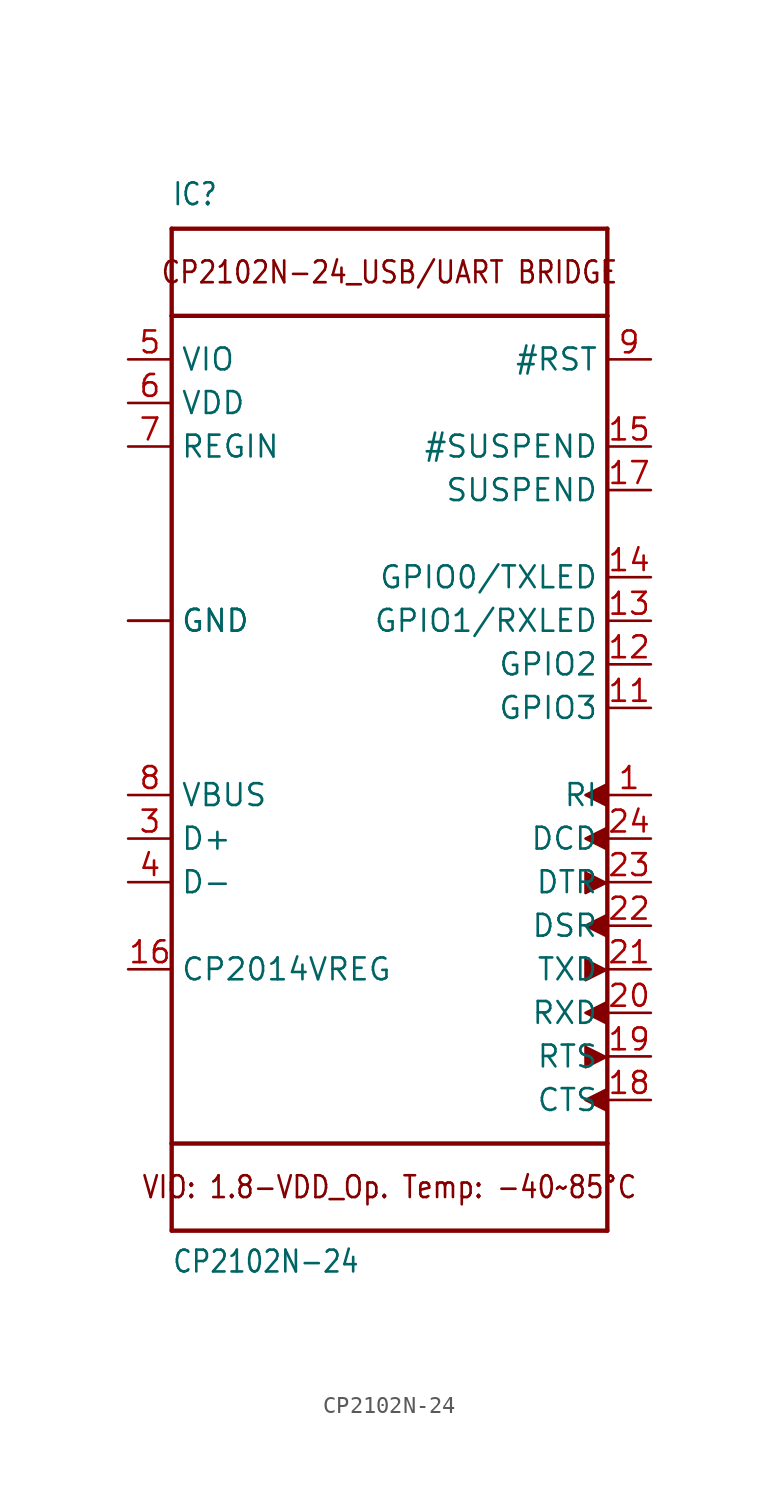
<source format=kicad_sym>
(kicad_symbol_lib
  (version 20211014)
  (generator kicad_symbol_editor)
  (symbol "CP2102N-24"
    (property "Reference" "IC"
      (at -12.7 29.21 0)
      (effects (font (size 1.27 1.079)) (justify left bottom)))
    (property "Value" "CP2102N-24"
      (at -12.7 -33.02 0)
      (effects (font (size 1.27 1.079)) (justify left bottom)))
    (property "ki_locked" ""
      (at 0 0 0)
      (effects (font (size 1.27 1.27))))
    (symbol "CP2102N-24_1_0"
      (polyline (pts (xy -12.7 -30.48) (xy 12.7 -30.48)) (stroke (width 0.254) (type default) (color 0 0 0 0)) (fill (type none)))
      (polyline (pts (xy -12.7 -25.4) (xy -12.7 -30.48)) (stroke (width 0.254) (type default) (color 0 0 0 0)) (fill (type none)))
      (polyline (pts (xy -12.7 -25.4) (xy -12.7 22.86)) (stroke (width 0.254) (type default) (color 0 0 0 0)) (fill (type none)))
      (polyline (pts (xy -12.7 22.86) (xy -12.7 27.94)) (stroke (width 0.254) (type default) (color 0 0 0 0)) (fill (type none)))
      (polyline (pts (xy -12.7 22.86) (xy 12.7 22.86)) (stroke (width 0.254) (type default) (color 0 0 0 0)) (fill (type none)))
      (polyline (pts (xy -12.7 27.94) (xy 12.7 27.94)) (stroke (width 0.254) (type default) (color 0 0 0 0)) (fill (type none)))
      (polyline (pts (xy 12.7 -30.48) (xy 12.7 -25.4)) (stroke (width 0.254) (type default) (color 0 0 0 0)) (fill (type none)))
      (polyline (pts (xy 12.7 -25.4) (xy -12.7 -25.4)) (stroke (width 0.254) (type default) (color 0 0 0 0)) (fill (type none)))
      (polyline (pts (xy 12.7 22.86) (xy 12.7 -25.4)) (stroke (width 0.254) (type default) (color 0 0 0 0)) (fill (type none)))
      (polyline (pts (xy 12.7 27.94) (xy 12.7 22.86)) (stroke (width 0.254) (type default) (color 0 0 0 0)) (fill (type none)))
      (polyline (pts (xy 11.43 -19.685) (xy 11.43 -20.955) (xy 12.7 -20.32)) (stroke (width 0) (type default) (color 0 0 0 0)) (fill (type outline)))
      (polyline (pts (xy 11.43 -14.605) (xy 11.43 -15.875) (xy 12.7 -15.24)) (stroke (width 0) (type default) (color 0 0 0 0)) (fill (type outline)))
      (polyline (pts (xy 11.43 -9.525) (xy 11.43 -10.795) (xy 12.7 -10.16)) (stroke (width 0) (type default) (color 0 0 0 0)) (fill (type outline)))
      (polyline (pts (xy 12.7 -22.225) (xy 11.43 -22.86) (xy 12.7 -23.495)) (stroke (width 0) (type default) (color 0 0 0 0)) (fill (type outline)))
      (polyline (pts (xy 12.7 -17.145) (xy 11.43 -17.78) (xy 12.7 -18.415)) (stroke (width 0) (type default) (color 0 0 0 0)) (fill (type outline)))
      (polyline (pts (xy 12.7 -12.065) (xy 11.43 -12.7) (xy 12.7 -13.335)) (stroke (width 0) (type default) (color 0 0 0 0)) (fill (type outline)))
      (polyline (pts (xy 12.7 -6.985) (xy 11.43 -7.62) (xy 12.7 -8.255)) (stroke (width 0) (type default) (color 0 0 0 0)) (fill (type outline)))
      (polyline (pts (xy 12.7 -4.445) (xy 11.43 -5.08) (xy 12.7 -5.715)) (stroke (width 0) (type default) (color 0 0 0 0)) (fill (type outline)))
      (text "CP2102N-24_USB/UART BRIDGE" (at 0 25.4 0) (effects (font (size 1.27 1.079))))
      (text "VIO: 1.8-VDD_Op. Temp: -40~85°C" (at 0 -27.94 0) (effects (font (size 1.27 1.079))))
      (pin input line (at 15.24 -5.08 180) (length 2.54) (name "RI" (effects (font (size 1.27 1.27)))) (number "1" (effects (font (size 1.27 1.27)))))
      (pin bidirectional line (at 15.24 0 180) (length 2.54) (name "GPIO3" (effects (font (size 1.27 1.27)))) (number "11" (effects (font (size 1.27 1.27)))))
      (pin bidirectional line (at 15.24 2.54 180) (length 2.54) (name "GPIO2" (effects (font (size 1.27 1.27)))) (number "12" (effects (font (size 1.27 1.27)))))
      (pin bidirectional line (at 15.24 5.08 180) (length 2.54) (name "GPIO1/RXLED" (effects (font (size 1.27 1.27)))) (number "13" (effects (font (size 1.27 1.27)))))
      (pin bidirectional line (at 15.24 7.62 180) (length 2.54) (name "GPIO0/TXLED" (effects (font (size 1.27 1.27)))) (number "14" (effects (font (size 1.27 1.27)))))
      (pin output line (at 15.24 15.24 180) (length 2.54) (name "#SUSPEND" (effects (font (size 1.27 1.27)))) (number "15" (effects (font (size 1.27 1.27)))))
      (pin passive line (at -15.24 -15.24 0) (length 2.54) (name "CP2014VREG" (effects (font (size 1.27 1.27)))) (number "16" (effects (font (size 1.27 1.27)))))
      (pin output line (at 15.24 12.7 180) (length 2.54) (name "SUSPEND" (effects (font (size 1.27 1.27)))) (number "17" (effects (font (size 1.27 1.27)))))
      (pin input line (at 15.24 -22.86 180) (length 2.54) (name "CTS" (effects (font (size 1.27 1.27)))) (number "18" (effects (font (size 1.27 1.27)))))
      (pin output line (at 15.24 -20.32 180) (length 2.54) (name "RTS" (effects (font (size 1.27 1.27)))) (number "19" (effects (font (size 1.27 1.27)))))
      (pin power_in line (at -15.24 5.08 0) (length 2.54) (name "GND" (effects (font (size 1.27 1.27)))) (number "2" (effects (font (size 0 0)))))
      (pin input line (at 15.24 -17.78 180) (length 2.54) (name "RXD" (effects (font (size 1.27 1.27)))) (number "20" (effects (font (size 1.27 1.27)))))
      (pin output line (at 15.24 -15.24 180) (length 2.54) (name "TXD" (effects (font (size 1.27 1.27)))) (number "21" (effects (font (size 1.27 1.27)))))
      (pin input line (at 15.24 -12.7 180) (length 2.54) (name "DSR" (effects (font (size 1.27 1.27)))) (number "22" (effects (font (size 1.27 1.27)))))
      (pin output line (at 15.24 -10.16 180) (length 2.54) (name "DTR" (effects (font (size 1.27 1.27)))) (number "23" (effects (font (size 1.27 1.27)))))
      (pin input line (at 15.24 -7.62 180) (length 2.54) (name "DCD" (effects (font (size 1.27 1.27)))) (number "24" (effects (font (size 1.27 1.27)))))
      (pin bidirectional line (at -15.24 -7.62 0) (length 2.54) (name "D+" (effects (font (size 1.27 1.27)))) (number "3" (effects (font (size 1.27 1.27)))))
      (pin bidirectional line (at -15.24 -10.16 0) (length 2.54) (name "D-" (effects (font (size 1.27 1.27)))) (number "4" (effects (font (size 1.27 1.27)))))
      (pin power_in line (at -15.24 20.32 0) (length 2.54) (name "VIO" (effects (font (size 1.27 1.27)))) (number "5" (effects (font (size 1.27 1.27)))))
      (pin power_in line (at -15.24 17.78 0) (length 2.54) (name "VDD" (effects (font (size 1.27 1.27)))) (number "6" (effects (font (size 1.27 1.27)))))
      (pin power_in line (at -15.24 15.24 0) (length 2.54) (name "REGIN" (effects (font (size 1.27 1.27)))) (number "7" (effects (font (size 1.27 1.27)))))
      (pin power_in line (at -15.24 -5.08 0) (length 2.54) (name "VBUS" (effects (font (size 1.27 1.27)))) (number "8" (effects (font (size 1.27 1.27)))))
      (pin bidirectional line (at 15.24 20.32 180) (length 2.54) (name "#RST" (effects (font (size 1.27 1.27)))) (number "9" (effects (font (size 1.27 1.27)))))
      (pin power_in line (at -15.24 5.08 0) (length 2.54) (name "GND" (effects (font (size 1.27 1.27)))) (number "THERM" (effects (font (size 0 0))))))))
</source>
